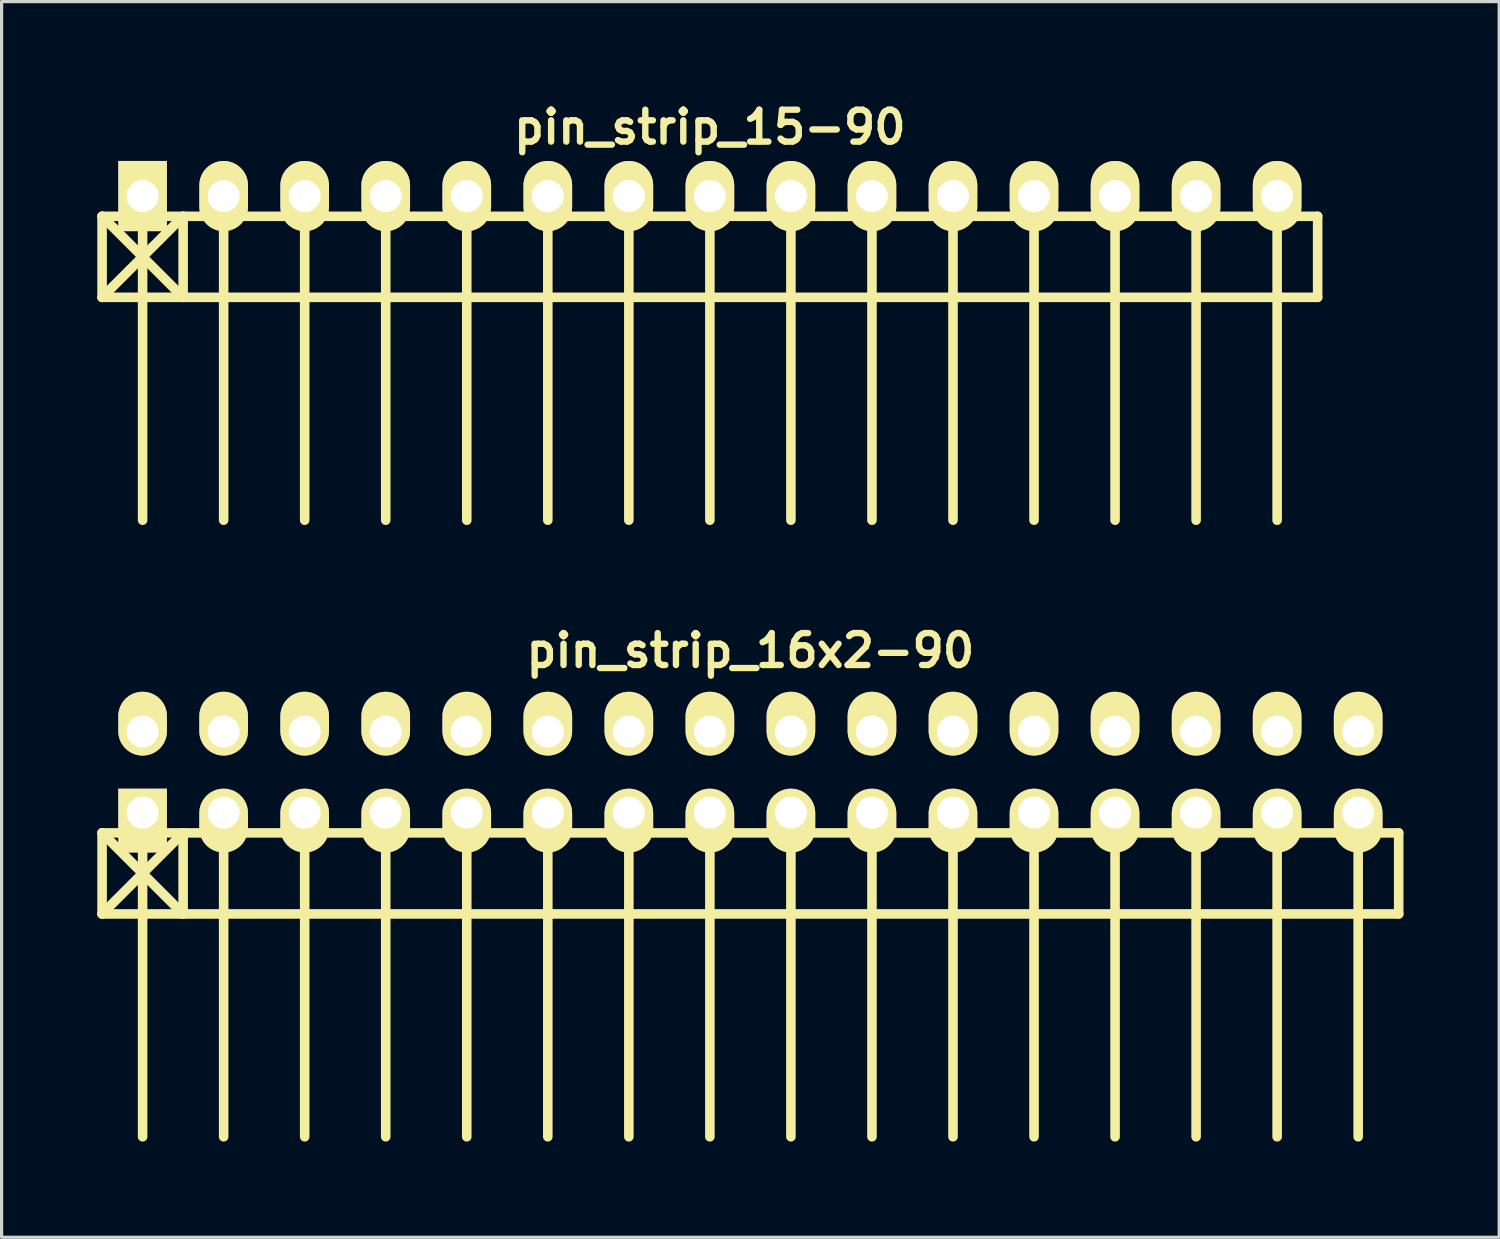
<source format=kicad_pcb>
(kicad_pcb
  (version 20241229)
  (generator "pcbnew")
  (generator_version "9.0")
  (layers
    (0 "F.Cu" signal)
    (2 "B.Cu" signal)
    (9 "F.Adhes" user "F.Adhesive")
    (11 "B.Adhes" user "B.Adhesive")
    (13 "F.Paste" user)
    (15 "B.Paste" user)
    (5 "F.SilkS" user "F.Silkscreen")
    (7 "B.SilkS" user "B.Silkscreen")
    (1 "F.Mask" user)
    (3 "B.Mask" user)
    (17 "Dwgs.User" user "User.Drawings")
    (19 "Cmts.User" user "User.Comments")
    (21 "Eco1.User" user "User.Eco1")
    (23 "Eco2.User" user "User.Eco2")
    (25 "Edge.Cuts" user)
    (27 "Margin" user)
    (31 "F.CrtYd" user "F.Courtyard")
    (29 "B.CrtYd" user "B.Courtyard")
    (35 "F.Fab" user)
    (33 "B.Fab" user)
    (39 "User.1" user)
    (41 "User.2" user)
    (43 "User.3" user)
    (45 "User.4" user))
  (footprint "pin_strip_15-90"
    (layer "F.Cu")
    (at 19.2 3.095)
    (property "Reference" "pin_strip_15-90" (at 0 -2.159 0) (layer "F.SilkS") (effects (font (size 1 1) (thickness 0.2))))
    (attr through_hole)
    (fp_line (start -19.05 0.635) (end 19.05 0.635) (stroke (width 0.3) (type solid)) (layer "F.SilkS"))
    (fp_line (start -19.05 3.175) (end -19.05 0.635) (stroke (width 0.3) (type solid)) (layer "F.SilkS"))
    (fp_line (start -19.05 3.175) (end -16.51 0.635) (stroke (width 0.3) (type solid)) (layer "F.SilkS"))
    (fp_line (start -17.78 0) (end -17.78 10.16) (stroke (width 0.3) (type solid)) (layer "F.SilkS"))
    (fp_line (start -16.51 0.635) (end -16.51 3.175) (stroke (width 0.3) (type solid)) (layer "F.SilkS"))
    (fp_line (start -16.51 3.175) (end -19.05 0.635) (stroke (width 0.3) (type solid)) (layer "F.SilkS"))
    (fp_line (start -15.24 0) (end -15.24 10.16) (stroke (width 0.3) (type solid)) (layer "F.SilkS"))
    (fp_line (start -12.7 10.16) (end -12.7 0) (stroke (width 0.3) (type solid)) (layer "F.SilkS"))
    (fp_line (start -10.16 0) (end -10.16 10.16) (stroke (width 0.3) (type solid)) (layer "F.SilkS"))
    (fp_line (start -7.62 0) (end -7.62 10.16) (stroke (width 0.3) (type solid)) (layer "F.SilkS"))
    (fp_line (start -5.08 0) (end -5.08 10.16) (stroke (width 0.3) (type solid)) (layer "F.SilkS"))
    (fp_line (start -2.54 0) (end -2.54 10.16) (stroke (width 0.3) (type solid)) (layer "F.SilkS"))
    (fp_line (start 0 0) (end 0 10.16) (stroke (width 0.3) (type solid)) (layer "F.SilkS"))
    (fp_line (start 2.54 0) (end 2.54 10.16) (stroke (width 0.3) (type solid)) (layer "F.SilkS"))
    (fp_line (start 5.08 0) (end 5.08 10.16) (stroke (width 0.3) (type solid)) (layer "F.SilkS"))
    (fp_line (start 7.62 0) (end 7.62 10.16) (stroke (width 0.3) (type solid)) (layer "F.SilkS"))
    (fp_line (start 10.16 0) (end 10.16 10.16) (stroke (width 0.3) (type solid)) (layer "F.SilkS"))
    (fp_line (start 12.7 10.16) (end 12.7 0) (stroke (width 0.3) (type solid)) (layer "F.SilkS"))
    (fp_line (start 15.24 0) (end 15.24 10.16) (stroke (width 0.3) (type solid)) (layer "F.SilkS"))
    (fp_line (start 17.78 0) (end 17.78 10.16) (stroke (width 0.3) (type solid)) (layer "F.SilkS"))
    (fp_line (start 19.05 0.635) (end 19.05 3.175) (stroke (width 0.3) (type solid)) (layer "F.SilkS"))
    (fp_line (start 19.05 3.175) (end -19.05 3.175) (stroke (width 0.3) (type solid)) (layer "F.SilkS"))
    (pad "1" thru_hole rect (at -17.78 0) (size 1.524 2.2) (drill 1.001) (layers "*.Cu" "*.Mask" "F.SilkS"))
    (pad "2" thru_hole oval (at -15.24 0) (size 1.524 2.2) (drill 1.001) (layers "*.Cu" "*.Mask" "F.SilkS"))
    (pad "3" thru_hole oval (at -12.7 0) (size 1.524 2.2) (drill 1.001) (layers "*.Cu" "*.Mask" "F.SilkS"))
    (pad "4" thru_hole oval (at -10.16 0) (size 1.524 2.2) (drill 1.001) (layers "*.Cu" "*.Mask" "F.SilkS"))
    (pad "5" thru_hole oval (at -7.62 0) (size 1.524 2.2) (drill 1.001) (layers "*.Cu" "*.Mask" "F.SilkS"))
    (pad "6" thru_hole oval (at -5.08 0) (size 1.524 2.2) (drill 1.001) (layers "*.Cu" "*.Mask" "F.SilkS"))
    (pad "7" thru_hole oval (at -2.54 0) (size 1.524 2.2) (drill 1.001) (layers "*.Cu" "*.Mask" "F.SilkS"))
    (pad "8" thru_hole oval (at 0 0) (size 1.524 2.2) (drill 1.001) (layers "*.Cu" "*.Mask" "F.SilkS"))
    (pad "9" thru_hole oval (at 2.54 0) (size 1.524 2.2) (drill 1.001) (layers "*.Cu" "*.Mask" "F.SilkS"))
    (pad "10" thru_hole oval (at 5.08 0) (size 1.524 2.2) (drill 1.001) (layers "*.Cu" "*.Mask" "F.SilkS"))
    (pad "11" thru_hole oval (at 7.62 0) (size 1.524 2.2) (drill 1.001) (layers "*.Cu" "*.Mask" "F.SilkS"))
    (pad "12" thru_hole oval (at 10.16 0) (size 1.524 2.2) (drill 1.001) (layers "*.Cu" "*.Mask" "F.SilkS"))
    (pad "13" thru_hole oval (at 12.7 0) (size 1.524 2.2) (drill 1.001) (layers "*.Cu" "*.Mask" "F.SilkS"))
    (pad "14" thru_hole oval (at 15.24 0) (size 1.524 2.2) (drill 1.001) (layers "*.Cu" "*.Mask" "F.SilkS"))
    (pad "15" thru_hole oval (at 17.78 0) (size 1.524 2.2) (drill 1.001) (layers "*.Cu" "*.Mask" "F.SilkS")))
  (footprint "pin_strip_16x2-90"
    (layer "F.Cu")
    (at 20.47 21.151)
    (property "Reference" "pin_strip_16x2-90" (at 0 -3.81 0) (layer "F.SilkS") (effects (font (size 1 1) (thickness 0.2))))
    (attr through_hole)
    (fp_line (start -20.32 1.905) (end -17.78 4.445) (stroke (width 0.3) (type solid)) (layer "F.SilkS"))
    (fp_line (start -20.32 1.905) (end 20.32 1.905) (stroke (width 0.3) (type solid)) (layer "F.SilkS"))
    (fp_line (start -20.32 4.445) (end -20.32 1.905) (stroke (width 0.3) (type solid)) (layer "F.SilkS"))
    (fp_line (start -19.05 1.27) (end -19.05 11.43) (stroke (width 0.3) (type solid)) (layer "F.SilkS"))
    (fp_line (start -17.78 1.905) (end -20.32 4.445) (stroke (width 0.3) (type solid)) (layer "F.SilkS"))
    (fp_line (start -17.78 4.445) (end -17.78 1.905) (stroke (width 0.3) (type solid)) (layer "F.SilkS"))
    (fp_line (start -16.51 1.27) (end -16.51 11.43) (stroke (width 0.3) (type solid)) (layer "F.SilkS"))
    (fp_line (start -13.97 11.43) (end -13.97 1.27) (stroke (width 0.3) (type solid)) (layer "F.SilkS"))
    (fp_line (start -11.43 1.27) (end -11.43 11.43) (stroke (width 0.3) (type solid)) (layer "F.SilkS"))
    (fp_line (start -8.89 1.27) (end -8.89 11.43) (stroke (width 0.3) (type solid)) (layer "F.SilkS"))
    (fp_line (start -6.35 1.27) (end -6.35 11.43) (stroke (width 0.3) (type solid)) (layer "F.SilkS"))
    (fp_line (start -3.81 1.27) (end -3.81 11.43) (stroke (width 0.3) (type solid)) (layer "F.SilkS"))
    (fp_line (start -1.27 1.27) (end -1.27 11.43) (stroke (width 0.3) (type solid)) (layer "F.SilkS"))
    (fp_line (start 1.27 1.27) (end 1.27 11.43) (stroke (width 0.3) (type solid)) (layer "F.SilkS"))
    (fp_line (start 3.81 1.27) (end 3.81 11.43) (stroke (width 0.3) (type solid)) (layer "F.SilkS"))
    (fp_line (start 6.35 1.27) (end 6.35 11.43) (stroke (width 0.3) (type solid)) (layer "F.SilkS"))
    (fp_line (start 8.89 1.27) (end 8.89 11.43) (stroke (width 0.3) (type solid)) (layer "F.SilkS"))
    (fp_line (start 11.43 11.43) (end 11.43 1.27) (stroke (width 0.3) (type solid)) (layer "F.SilkS"))
    (fp_line (start 13.97 1.27) (end 13.97 11.43) (stroke (width 0.3) (type solid)) (layer "F.SilkS"))
    (fp_line (start 16.51 1.27) (end 16.51 11.43) (stroke (width 0.3) (type solid)) (layer "F.SilkS"))
    (fp_line (start 19.05 1.27) (end 19.05 11.43) (stroke (width 0.3) (type solid)) (layer "F.SilkS"))
    (fp_line (start 20.32 1.905) (end 20.32 4.445) (stroke (width 0.3) (type solid)) (layer "F.SilkS"))
    (fp_line (start 20.32 4.445) (end -20.32 4.445) (stroke (width 0.3) (type solid)) (layer "F.SilkS"))
    (pad "1" thru_hole rect (at -19.05 1.27) (size 1.524 1.999) (drill 1.001 (offset 0 0.249)) (layers "*.Cu" "*.Mask" "F.SilkS"))
    (pad "2" thru_hole oval (at -19.05 -1.27) (size 1.524 1.999) (drill 1.001 (offset 0 -0.249)) (layers "*.Cu" "*.Mask" "F.SilkS"))
    (pad "3" thru_hole oval (at -16.51 1.27) (size 1.524 1.999) (drill 1.001 (offset 0 0.249)) (layers "*.Cu" "*.Mask" "F.SilkS"))
    (pad "4" thru_hole oval (at -16.51 -1.27) (size 1.524 1.999) (drill 1.001 (offset 0 -0.249)) (layers "*.Cu" "*.Mask" "F.SilkS"))
    (pad "5" thru_hole oval (at -13.97 1.27) (size 1.524 1.999) (drill 1.001 (offset 0 0.249)) (layers "*.Cu" "*.Mask" "F.SilkS"))
    (pad "6" thru_hole oval (at -13.97 -1.27) (size 1.524 1.999) (drill 1.001 (offset 0 -0.249)) (layers "*.Cu" "*.Mask" "F.SilkS"))
    (pad "7" thru_hole oval (at -11.43 1.27) (size 1.524 1.999) (drill 1.001 (offset 0 0.249)) (layers "*.Cu" "*.Mask" "F.SilkS"))
    (pad "8" thru_hole oval (at -11.43 -1.27) (size 1.524 1.999) (drill 1.001 (offset 0 -0.249)) (layers "*.Cu" "*.Mask" "F.SilkS"))
    (pad "9" thru_hole oval (at -8.89 1.27) (size 1.524 1.999) (drill 1.001 (offset 0 0.249)) (layers "*.Cu" "*.Mask" "F.SilkS"))
    (pad "10" thru_hole oval (at -8.89 -1.27) (size 1.524 1.999) (drill 1.001 (offset 0 -0.249)) (layers "*.Cu" "*.Mask" "F.SilkS"))
    (pad "11" thru_hole oval (at -6.35 1.27) (size 1.524 1.999) (drill 1.001 (offset 0 0.249)) (layers "*.Cu" "*.Mask" "F.SilkS"))
    (pad "12" thru_hole oval (at -6.35 -1.27) (size 1.524 1.999) (drill 1.001 (offset 0 -0.249)) (layers "*.Cu" "*.Mask" "F.SilkS"))
    (pad "13" thru_hole oval (at -3.81 1.27) (size 1.524 1.999) (drill 1.001 (offset 0 0.249)) (layers "*.Cu" "*.Mask" "F.SilkS"))
    (pad "14" thru_hole oval (at -3.81 -1.27) (size 1.524 1.999) (drill 1.001 (offset 0 -0.249)) (layers "*.Cu" "*.Mask" "F.SilkS"))
    (pad "15" thru_hole oval (at -1.27 1.27) (size 1.524 1.999) (drill 1.001 (offset 0 0.249)) (layers "*.Cu" "*.Mask" "F.SilkS"))
    (pad "16" thru_hole oval (at -1.27 -1.27) (size 1.524 1.999) (drill 1.001 (offset 0 -0.249)) (layers "*.Cu" "*.Mask" "F.SilkS"))
    (pad "17" thru_hole oval (at 1.27 1.27) (size 1.524 1.999) (drill 1.001 (offset 0 0.249)) (layers "*.Cu" "*.Mask" "F.SilkS"))
    (pad "18" thru_hole oval (at 1.27 -1.27) (size 1.524 1.999) (drill 1.001 (offset 0 -0.249)) (layers "*.Cu" "*.Mask" "F.SilkS"))
    (pad "19" thru_hole oval (at 3.81 1.27) (size 1.524 1.999) (drill 1.001 (offset 0 0.249)) (layers "*.Cu" "*.Mask" "F.SilkS"))
    (pad "20" thru_hole oval (at 3.81 -1.27) (size 1.524 1.999) (drill 1.001 (offset 0 -0.249)) (layers "*.Cu" "*.Mask" "F.SilkS"))
    (pad "21" thru_hole oval (at 6.35 1.27) (size 1.524 1.999) (drill 1.001 (offset 0 0.249)) (layers "*.Cu" "*.Mask" "F.SilkS"))
    (pad "22" thru_hole oval (at 6.35 -1.27) (size 1.524 1.999) (drill 1.001 (offset 0 -0.249)) (layers "*.Cu" "*.Mask" "F.SilkS"))
    (pad "23" thru_hole oval (at 8.89 1.27) (size 1.524 1.999) (drill 1.001 (offset 0 0.249)) (layers "*.Cu" "*.Mask" "F.SilkS"))
    (pad "24" thru_hole oval (at 8.89 -1.27) (size 1.524 1.999) (drill 1.001 (offset 0 -0.249)) (layers "*.Cu" "*.Mask" "F.SilkS"))
    (pad "25" thru_hole oval (at 11.43 1.27) (size 1.524 1.999) (drill 1.001 (offset 0 0.249)) (layers "*.Cu" "*.Mask" "F.SilkS"))
    (pad "26" thru_hole oval (at 11.43 -1.27) (size 1.524 1.999) (drill 1.001 (offset 0 -0.249)) (layers "*.Cu" "*.Mask" "F.SilkS"))
    (pad "27" thru_hole oval (at 13.97 1.27) (size 1.524 1.999) (drill 1.001 (offset 0 0.249)) (layers "*.Cu" "*.Mask" "F.SilkS"))
    (pad "28" thru_hole oval (at 13.97 -1.27) (size 1.524 1.999) (drill 1.001 (offset 0 -0.249)) (layers "*.Cu" "*.Mask" "F.SilkS"))
    (pad "29" thru_hole oval (at 16.51 1.27) (size 1.524 1.999) (drill 1.001 (offset 0 0.249)) (layers "*.Cu" "*.Mask" "F.SilkS"))
    (pad "30" thru_hole oval (at 16.51 -1.27) (size 1.524 1.999) (drill 1.001 (offset 0 -0.249)) (layers "*.Cu" "*.Mask" "F.SilkS"))
    (pad "31" thru_hole oval (at 19.05 1.27) (size 1.524 1.999) (drill 1.001 (offset 0 0.249)) (layers "*.Cu" "*.Mask" "F.SilkS"))
    (pad "32" thru_hole oval (at 19.05 -1.27) (size 1.524 1.999) (drill 1.001 (offset 0 -0.249)) (layers "*.Cu" "*.Mask" "F.SilkS")))
  (gr_rect
    (start -3 -3)
    (end 43.94 35.731)
    (stroke (width 0.1) (type default))
    (fill no)
    (layer "Edge.Cuts")))
</source>
